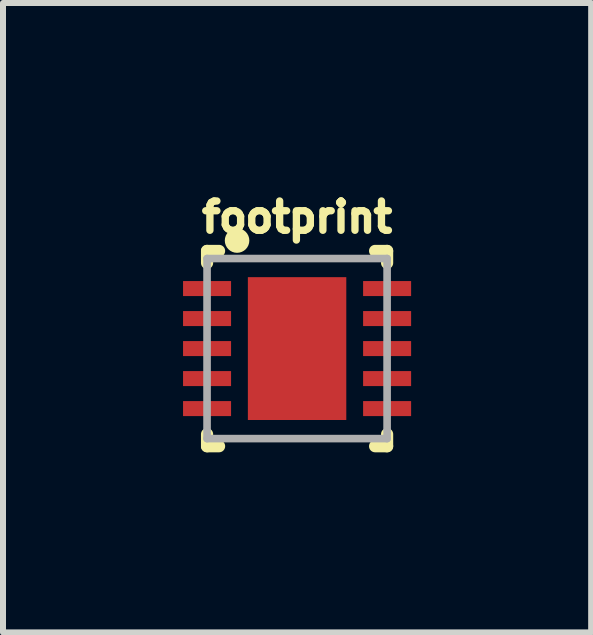
<source format=kicad_pcb>
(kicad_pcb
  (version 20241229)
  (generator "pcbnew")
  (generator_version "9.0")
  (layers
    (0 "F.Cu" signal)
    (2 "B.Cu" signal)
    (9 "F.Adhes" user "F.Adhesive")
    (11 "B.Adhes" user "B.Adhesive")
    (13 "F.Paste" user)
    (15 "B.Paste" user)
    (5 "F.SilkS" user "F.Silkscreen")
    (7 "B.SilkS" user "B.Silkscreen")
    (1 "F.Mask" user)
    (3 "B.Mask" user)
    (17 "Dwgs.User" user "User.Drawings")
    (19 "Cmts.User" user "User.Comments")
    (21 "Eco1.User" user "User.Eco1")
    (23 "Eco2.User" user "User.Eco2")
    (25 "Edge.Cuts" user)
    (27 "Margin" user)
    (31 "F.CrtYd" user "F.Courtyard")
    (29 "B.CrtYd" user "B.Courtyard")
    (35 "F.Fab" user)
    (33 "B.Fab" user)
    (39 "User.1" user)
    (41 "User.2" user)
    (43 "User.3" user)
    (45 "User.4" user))
  (footprint "footprint"
    (layer "F.Cu")
    (at 1.9 2.758)
    (property "Reference" "footprint" (at 0 -1.905 0) (layer "F.SilkS") (effects (font (size 0.488 0.488) (thickness 0.122)) (justify bottom)))
    (fp_line (start -1.5 -1.627) (end -1.5 -1.427) (stroke (width 0.203) (type solid)) (layer "F.SilkS"))
    (fp_line (start -1.5 -1.627) (end -1.3 -1.627) (stroke (width 0.203) (type solid)) (layer "F.SilkS"))
    (fp_line (start -1.5 1.627) (end -1.5 1.427) (stroke (width 0.203) (type solid)) (layer "F.SilkS"))
    (fp_line (start -1.5 1.627) (end -1.3 1.627) (stroke (width 0.203) (type solid)) (layer "F.SilkS"))
    (fp_line (start -1 -1.7) (end -1 -1.9) (stroke (width 0.127) (type solid)) (layer "F.SilkS"))
    (fp_line (start -0.9 -1.8) (end -1.1 -1.8) (stroke (width 0.127) (type solid)) (layer "F.SilkS"))
    (fp_line (start 1.5 -1.627) (end 1.3 -1.627) (stroke (width 0.203) (type solid)) (layer "F.SilkS"))
    (fp_line (start 1.5 -1.627) (end 1.5 -1.427) (stroke (width 0.203) (type solid)) (layer "F.SilkS"))
    (fp_line (start 1.5 1.627) (end 1.3 1.627) (stroke (width 0.203) (type solid)) (layer "F.SilkS"))
    (fp_line (start 1.5 1.627) (end 1.5 1.427) (stroke (width 0.203) (type solid)) (layer "F.SilkS"))
    (fp_circle (center -1 -1.8) (end -0.859 -1.8) (stroke (width 0.127) (type solid)) (fill no) (layer "F.SilkS"))
    (fp_poly (pts (xy -0.381 0.508) (xy 0.381 0.508) (xy 0.381 -0.508) (xy -0.381 -0.508)) (stroke (width 0) (type solid)) (fill yes) (layer "F.Paste"))
    (fp_line (start -1.5 -1.5) (end -1.5 1.5) (stroke (width 0.127) (type solid)) (layer "F.Fab"))
    (fp_line (start -1.5 1.5) (end 1.5 1.5) (stroke (width 0.127) (type solid)) (layer "F.Fab"))
    (fp_line (start 1.5 -1.5) (end -1.5 -1.5) (stroke (width 0.127) (type solid)) (layer "F.Fab"))
    (fp_line (start 1.5 1.5) (end 1.5 -1.5) (stroke (width 0.127) (type solid)) (layer "F.Fab"))
    (pad "P$0" smd rect (at 0 0 270) (size 2.38 1.64) (layers "F.Cu" "F.Mask"))
    (pad "P$1" smd rect (at -1.5 -1 270) (size 0.25 0.8) (layers "F.Cu" "F.Mask" "F.Paste"))
    (pad "P$2" smd rect (at -1.5 -0.5 270) (size 0.25 0.8) (layers "F.Cu" "F.Mask" "F.Paste"))
    (pad "P$3" smd rect (at -1.5 0 270) (size 0.25 0.8) (layers "F.Cu" "F.Mask" "F.Paste"))
    (pad "P$4" smd rect (at -1.5 0.5 270) (size 0.25 0.8) (layers "F.Cu" "F.Mask" "F.Paste"))
    (pad "P$5" smd rect (at -1.5 1 270) (size 0.25 0.8) (layers "F.Cu" "F.Mask" "F.Paste"))
    (pad "P$6" smd rect (at 1.5 1 270) (size 0.25 0.8) (layers "F.Cu" "F.Mask" "F.Paste"))
    (pad "P$7" smd rect (at 1.5 0.5 270) (size 0.25 0.8) (layers "F.Cu" "F.Mask" "F.Paste"))
    (pad "P$8" smd rect (at 1.5 0 270) (size 0.25 0.8) (layers "F.Cu" "F.Mask" "F.Paste"))
    (pad "P$9" smd rect (at 1.5 -0.5 270) (size 0.25 0.8) (layers "F.Cu" "F.Mask" "F.Paste"))
    (pad "P$10" smd rect (at 1.5 -1 270) (size 0.25 0.8) (layers "F.Cu" "F.Mask" "F.Paste")))
  (gr_rect
    (start -3 -3)
    (end 6.8 7.487)
    (stroke (width 0.1) (type default))
    (fill no)
    (layer "Edge.Cuts")))
</source>
